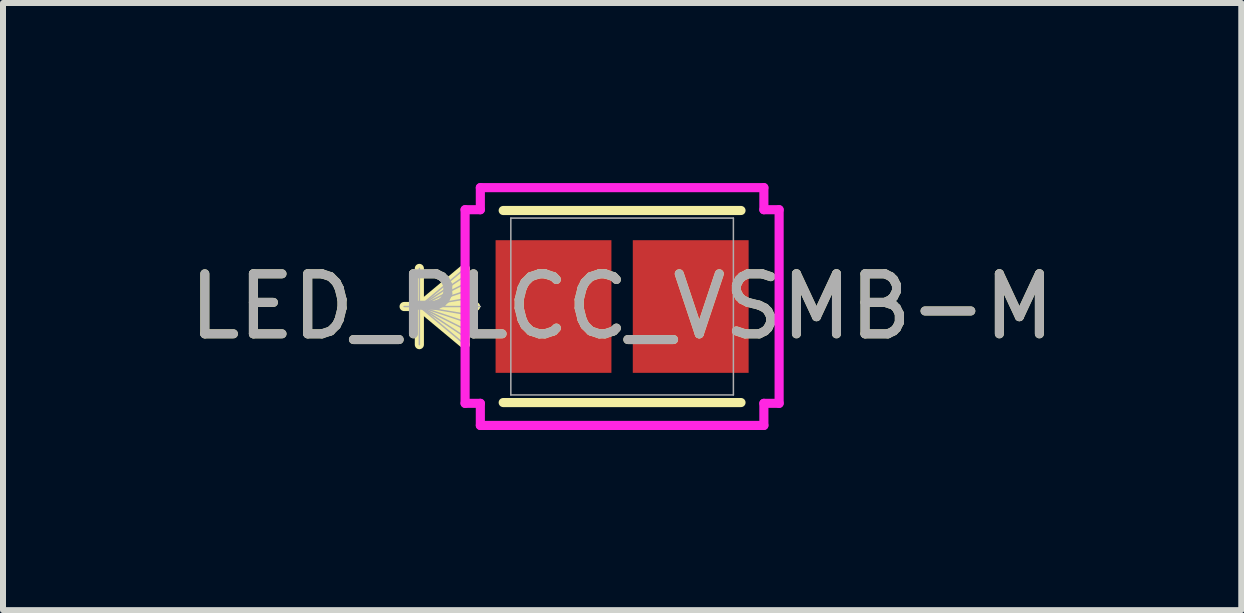
<source format=kicad_pcb>
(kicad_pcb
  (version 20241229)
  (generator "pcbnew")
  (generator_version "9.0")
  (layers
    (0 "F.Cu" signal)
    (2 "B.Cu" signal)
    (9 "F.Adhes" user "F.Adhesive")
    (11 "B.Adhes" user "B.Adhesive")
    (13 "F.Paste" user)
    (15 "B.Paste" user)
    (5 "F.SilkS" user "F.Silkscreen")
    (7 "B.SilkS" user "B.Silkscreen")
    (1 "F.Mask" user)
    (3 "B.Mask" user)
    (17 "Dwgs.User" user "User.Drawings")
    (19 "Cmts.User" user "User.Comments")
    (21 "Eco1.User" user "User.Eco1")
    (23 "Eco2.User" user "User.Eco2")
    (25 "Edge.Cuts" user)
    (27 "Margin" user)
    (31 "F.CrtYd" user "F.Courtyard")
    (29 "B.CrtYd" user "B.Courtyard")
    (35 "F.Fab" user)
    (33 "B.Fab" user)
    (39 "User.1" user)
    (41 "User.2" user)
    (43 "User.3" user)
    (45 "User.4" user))
  (footprint "LED_PLCC_VSMB-M"
    (layer "F.Cu")
    (at 7.315 2.057)
    (property "Reference" "LED_PLCC_VSMB-M" (at 0 0 0) (unlocked yes) (layer "F.SilkS") (effects (font (size 1 1) (thickness 0.15))))
    (attr smd)
    (fp_line (start -3.378 -0.635) (end -3.378 0.635) (stroke (width 0.152) (type solid)) (layer "F.SilkS"))
    (fp_line (start -3.378 0) (end -2.616 -0.635) (stroke (width 0.152) (type solid)) (layer "F.SilkS"))
    (fp_line (start -3.378 0) (end -2.616 -0.508) (stroke (width 0.152) (type solid)) (layer "F.SilkS"))
    (fp_line (start -3.378 0) (end -2.616 -0.381) (stroke (width 0.152) (type solid)) (layer "F.SilkS"))
    (fp_line (start -3.378 0) (end -2.616 -0.254) (stroke (width 0.152) (type solid)) (layer "F.SilkS"))
    (fp_line (start -3.378 0) (end -2.616 -0.127) (stroke (width 0.152) (type solid)) (layer "F.SilkS"))
    (fp_line (start -3.378 0) (end -2.616 0.127) (stroke (width 0.152) (type solid)) (layer "F.SilkS"))
    (fp_line (start -3.378 0) (end -2.616 0.254) (stroke (width 0.152) (type solid)) (layer "F.SilkS"))
    (fp_line (start -3.378 0) (end -2.616 0.381) (stroke (width 0.152) (type solid)) (layer "F.SilkS"))
    (fp_line (start -3.378 0) (end -2.616 0.508) (stroke (width 0.152) (type solid)) (layer "F.SilkS"))
    (fp_line (start -3.378 0) (end -2.616 0.635) (stroke (width 0.152) (type solid)) (layer "F.SilkS"))
    (fp_line (start -2.616 -0.635) (end -2.616 0.635) (stroke (width 0.152) (type solid)) (layer "F.SilkS"))
    (fp_line (start -2.441 0) (end -3.632 0) (stroke (width 0.152) (type solid)) (layer "F.SilkS"))
    (fp_line (start -1.981 1.6) (end 1.981 1.6) (stroke (width 0.152) (type solid)) (layer "F.SilkS"))
    (fp_line (start 1.981 -1.6) (end -1.981 -1.6) (stroke (width 0.152) (type solid)) (layer "F.SilkS"))
    (fp_line (start -2.616 -1.613) (end -2.362 -1.613) (stroke (width 0.152) (type solid)) (layer "F.CrtYd"))
    (fp_line (start -2.616 1.613) (end -2.616 -1.613) (stroke (width 0.152) (type solid)) (layer "F.CrtYd"))
    (fp_line (start -2.362 -1.981) (end 2.362 -1.981) (stroke (width 0.152) (type solid)) (layer "F.CrtYd"))
    (fp_line (start -2.362 -1.613) (end -2.362 -1.981) (stroke (width 0.152) (type solid)) (layer "F.CrtYd"))
    (fp_line (start -2.362 1.613) (end -2.616 1.613) (stroke (width 0.152) (type solid)) (layer "F.CrtYd"))
    (fp_line (start -2.362 1.981) (end -2.362 1.613) (stroke (width 0.152) (type solid)) (layer "F.CrtYd"))
    (fp_line (start 2.362 -1.981) (end 2.362 -1.613) (stroke (width 0.152) (type solid)) (layer "F.CrtYd"))
    (fp_line (start 2.362 -1.613) (end 2.616 -1.613) (stroke (width 0.152) (type solid)) (layer "F.CrtYd"))
    (fp_line (start 2.362 1.613) (end 2.362 1.981) (stroke (width 0.152) (type solid)) (layer "F.CrtYd"))
    (fp_line (start 2.362 1.981) (end -2.362 1.981) (stroke (width 0.152) (type solid)) (layer "F.CrtYd"))
    (fp_line (start 2.616 -1.613) (end 2.616 1.613) (stroke (width 0.152) (type solid)) (layer "F.CrtYd"))
    (fp_line (start 2.616 1.613) (end 2.362 1.613) (stroke (width 0.152) (type solid)) (layer "F.CrtYd"))
    (fp_line (start -3.378 -0.635) (end -3.378 0.635) (stroke (width 0.025) (type solid)) (layer "F.Fab"))
    (fp_line (start -3.378 0) (end -2.616 -0.635) (stroke (width 0.025) (type solid)) (layer "F.Fab"))
    (fp_line (start -3.378 0) (end -2.616 -0.508) (stroke (width 0.025) (type solid)) (layer "F.Fab"))
    (fp_line (start -3.378 0) (end -2.616 -0.381) (stroke (width 0.025) (type solid)) (layer "F.Fab"))
    (fp_line (start -3.378 0) (end -2.616 -0.254) (stroke (width 0.025) (type solid)) (layer "F.Fab"))
    (fp_line (start -3.378 0) (end -2.616 -0.127) (stroke (width 0.025) (type solid)) (layer "F.Fab"))
    (fp_line (start -3.378 0) (end -2.616 0.127) (stroke (width 0.025) (type solid)) (layer "F.Fab"))
    (fp_line (start -3.378 0) (end -2.616 0.254) (stroke (width 0.025) (type solid)) (layer "F.Fab"))
    (fp_line (start -3.378 0) (end -2.616 0.381) (stroke (width 0.025) (type solid)) (layer "F.Fab"))
    (fp_line (start -3.378 0) (end -2.616 0.508) (stroke (width 0.025) (type solid)) (layer "F.Fab"))
    (fp_line (start -3.378 0) (end -2.616 0.635) (stroke (width 0.025) (type solid)) (layer "F.Fab"))
    (fp_line (start -2.616 -0.635) (end -2.616 0.635) (stroke (width 0.025) (type solid)) (layer "F.Fab"))
    (fp_line (start -2.362 0) (end -3.632 0) (stroke (width 0.025) (type solid)) (layer "F.Fab"))
    (fp_line (start -1.854 -1.473) (end -1.854 1.473) (stroke (width 0.025) (type solid)) (layer "F.Fab"))
    (fp_line (start -1.854 1.473) (end 1.854 1.473) (stroke (width 0.025) (type solid)) (layer "F.Fab"))
    (fp_line (start 1.854 -1.473) (end -1.854 -1.473) (stroke (width 0.025) (type solid)) (layer "F.Fab"))
    (fp_line (start 1.854 1.473) (end 1.854 -1.473) (stroke (width 0.025) (type solid)) (layer "F.Fab"))
    (fp_text user "${REFERENCE}" (at 0 0 0) (unlocked yes) (layer "F.Fab") (effects (font (size 1 1) (thickness 0.15))))
    (pad "1" smd rect (at -1.143 0 90) (size 2.21 1.93) (layers "F.Cu" "F.Mask" "F.Paste"))
    (pad "2" smd rect (at 1.143 0 90) (size 2.21 1.93) (layers "F.Cu" "F.Mask" "F.Paste"))
    (zone (net_name "") (layer "F.Cu") (hatch full 0.508) (connect_pads) (min_thickness 0.254) (filled_areas_thickness no) (keepout (tracks not_allowed) (vias not_allowed) (pads allowed) (copperpour not_allowed) (footprints allowed)) (placement (enabled no)) (fill) (polygon (pts (xy 5.512 0.635) (xy 9.119 0.635) (xy 9.119 0.902) (xy 5.512 0.902))))
    (zone (net_name "") (layer "F.Cu") (hatch full 0.508) (connect_pads) (min_thickness 0.254) (filled_areas_thickness no) (keepout (tracks not_allowed) (vias not_allowed) (pads allowed) (copperpour not_allowed) (footprints allowed)) (placement (enabled no)) (fill) (polygon (pts (xy 5.512 3.213) (xy 9.119 3.213) (xy 9.119 3.48) (xy 5.512 3.48))))
    (zone (net_name "") (layer "F.Cu") (hatch full 0.508) (connect_pads) (min_thickness 0.254) (filled_areas_thickness no) (keepout (tracks not_allowed) (vias not_allowed) (pads allowed) (copperpour not_allowed) (footprints allowed)) (placement (enabled no)) (fill) (polygon (pts (xy 7.188 0.902) (xy 7.442 0.902) (xy 7.442 3.213) (xy 7.188 3.213)))))
  (gr_rect
    (start -3 -3)
    (end 17.631 7.115)
    (stroke (width 0.1) (type default))
    (fill no)
    (layer "Edge.Cuts")))
</source>
